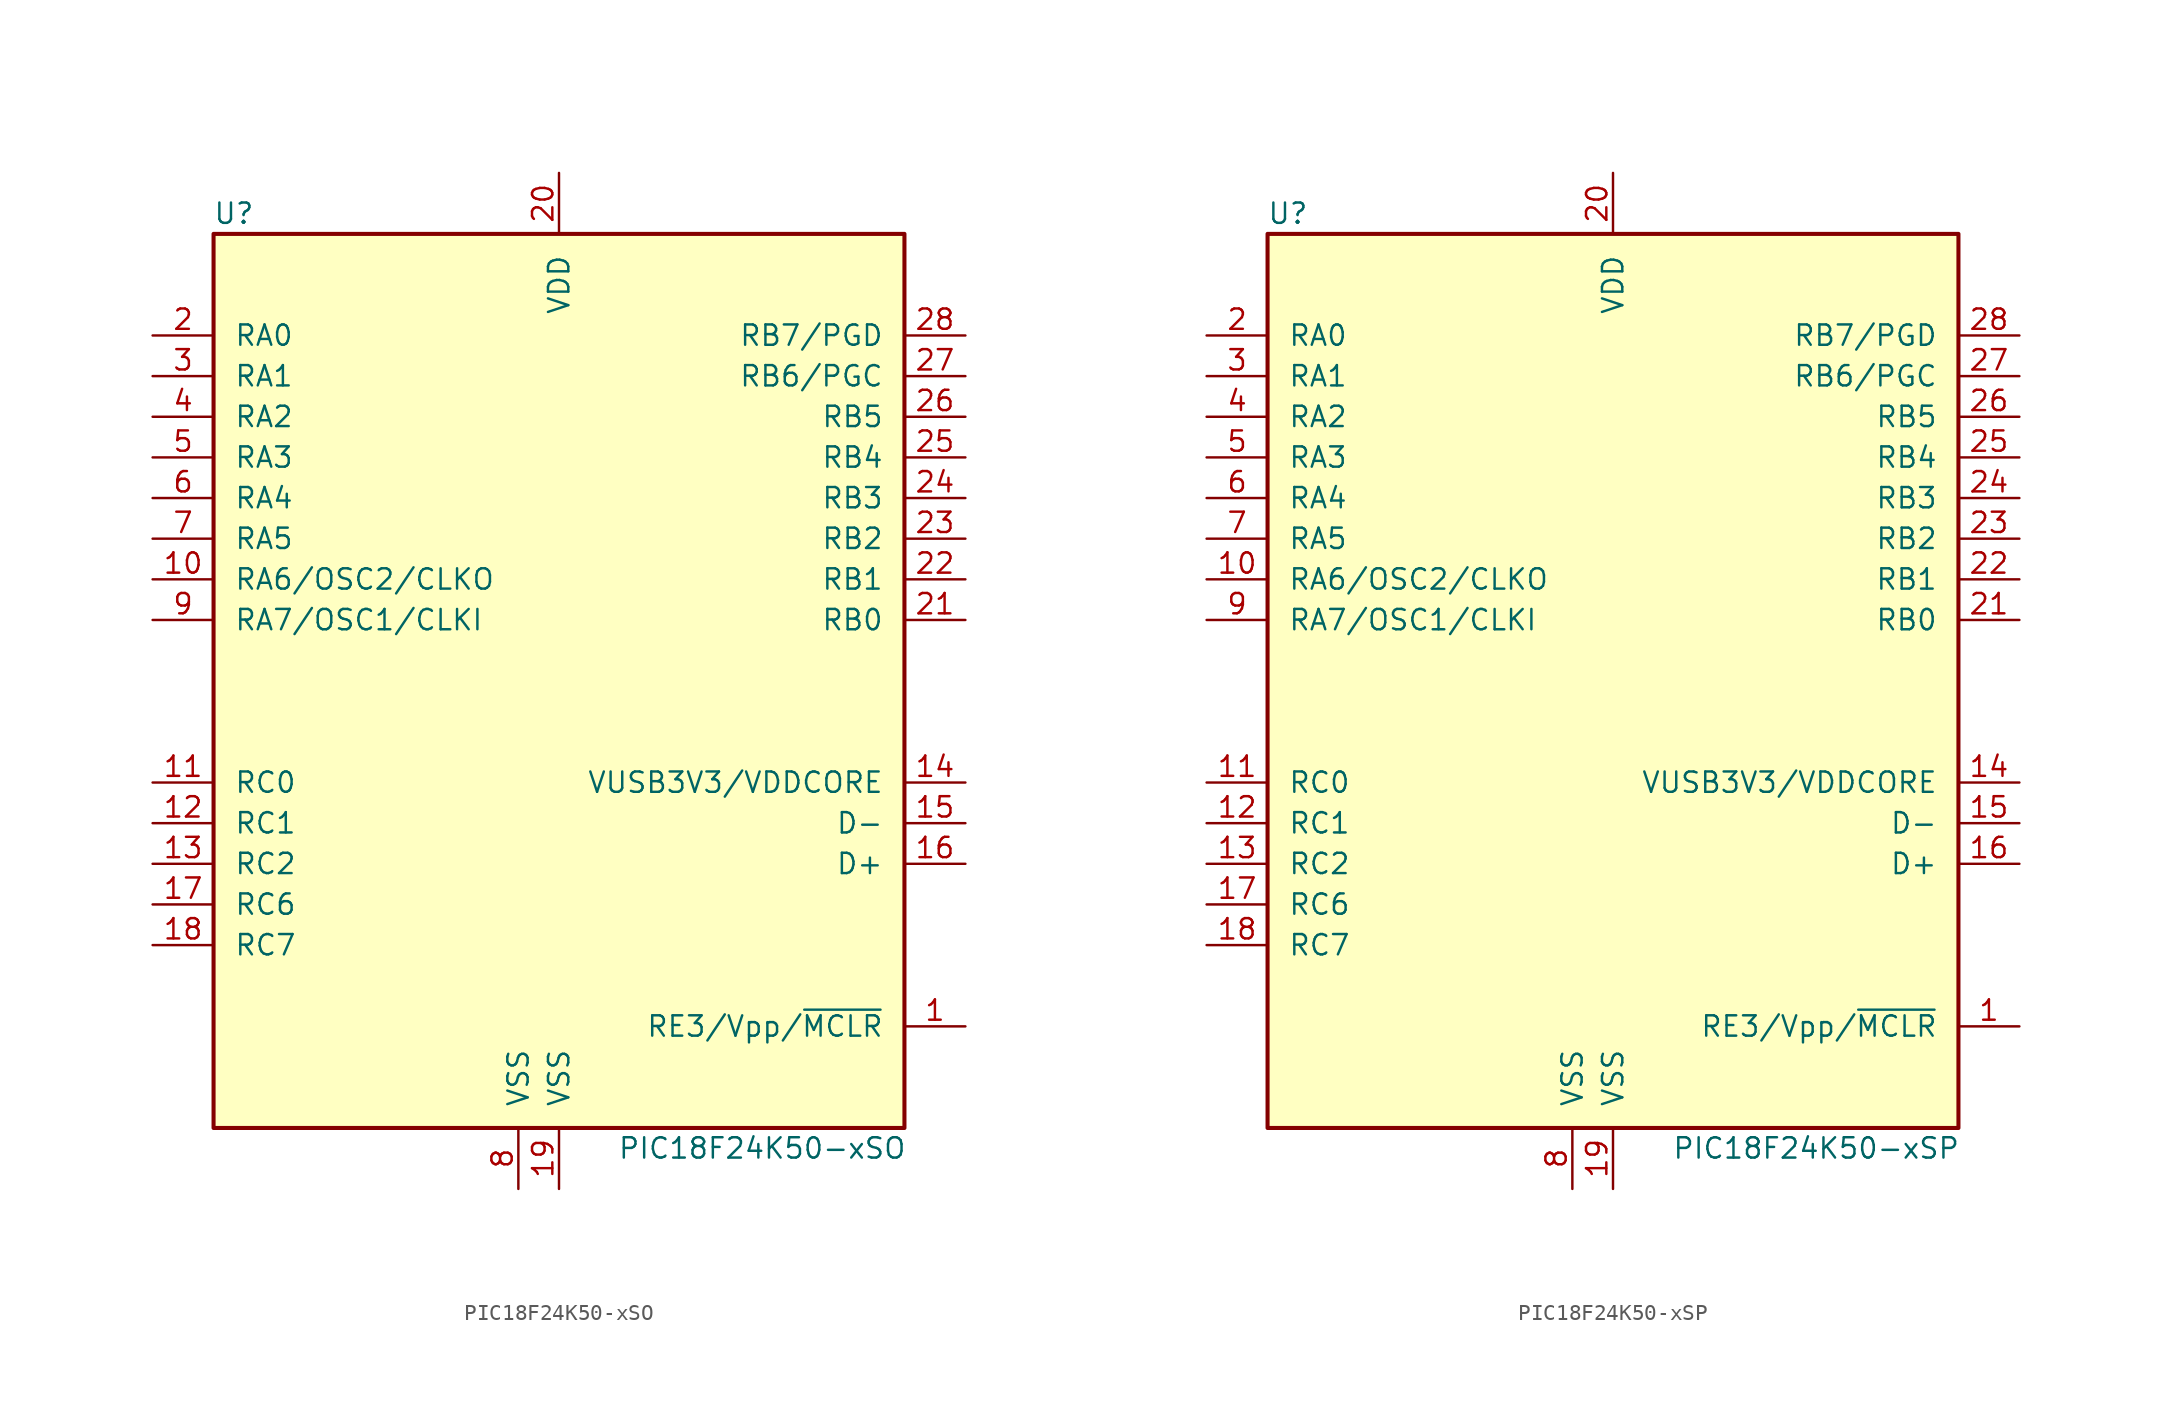
<source format=kicad_sym>
(kicad_symbol_lib
  (version 20220914)
  (generator kicad_symbol_editor)
  (symbol "PIC18F24K50-xSO"
    (pin_names
      (offset 1.27))
    (property "Reference" "U"
      (at -20.32 30.48 0)
      (effects (font (size 1.27 1.27))))
    (property "Value" "PIC18F24K50-xSO"
      (at 12.7 -27.94 0)
      (effects (font (size 1.27 1.27))))
    (symbol "PIC18F24K50-xSO_0_1"
      (rectangle (start -21.59 29.21) (end 21.59 -26.67) (stroke (width 0.254) (type default)) (fill (type background))))
    (symbol "PIC18F24K50-xSO_1_1"
      (pin input line (at 25.4 -20.32 180) (length 3.81) (name "RE3/Vpp/~{MCLR}" (effects (font (size 1.27 1.27)))) (number "1" (effects (font (size 1.27 1.27)))))
      (pin output line (at -25.4 7.62 0) (length 3.81) (name "RA6/OSC2/CLKO" (effects (font (size 1.27 1.27)))) (number "10" (effects (font (size 1.27 1.27)))))
      (pin bidirectional line (at -25.4 -5.08 0) (length 3.81) (name "RC0" (effects (font (size 1.27 1.27)))) (number "11" (effects (font (size 1.27 1.27)))))
      (pin bidirectional line (at -25.4 -7.62 0) (length 3.81) (name "RC1" (effects (font (size 1.27 1.27)))) (number "12" (effects (font (size 1.27 1.27)))))
      (pin bidirectional line (at -25.4 -10.16 0) (length 3.81) (name "RC2" (effects (font (size 1.27 1.27)))) (number "13" (effects (font (size 1.27 1.27)))))
      (pin bidirectional line (at 25.4 -5.08 180) (length 3.81) (name "VUSB3V3/VDDCORE" (effects (font (size 1.27 1.27)))) (number "14" (effects (font (size 1.27 1.27)))))
      (pin bidirectional line (at 25.4 -7.62 180) (length 3.81) (name "D-" (effects (font (size 1.27 1.27)))) (number "15" (effects (font (size 1.27 1.27)))))
      (pin bidirectional line (at 25.4 -10.16 180) (length 3.81) (name "D+" (effects (font (size 1.27 1.27)))) (number "16" (effects (font (size 1.27 1.27)))))
      (pin bidirectional line (at -25.4 -12.7 0) (length 3.81) (name "RC6" (effects (font (size 1.27 1.27)))) (number "17" (effects (font (size 1.27 1.27)))))
      (pin bidirectional line (at -25.4 -15.24 0) (length 3.81) (name "RC7" (effects (font (size 1.27 1.27)))) (number "18" (effects (font (size 1.27 1.27)))))
      (pin power_in line (at 0 -30.48 90) (length 3.81) (name "VSS" (effects (font (size 1.27 1.27)))) (number "19" (effects (font (size 1.27 1.27)))))
      (pin bidirectional line (at -25.4 22.86 0) (length 3.81) (name "RA0" (effects (font (size 1.27 1.27)))) (number "2" (effects (font (size 1.27 1.27)))))
      (pin power_in line (at 0 33.02 270) (length 3.81) (name "VDD" (effects (font (size 1.27 1.27)))) (number "20" (effects (font (size 1.27 1.27)))))
      (pin bidirectional line (at 25.4 5.08 180) (length 3.81) (name "RB0" (effects (font (size 1.27 1.27)))) (number "21" (effects (font (size 1.27 1.27)))))
      (pin bidirectional line (at 25.4 7.62 180) (length 3.81) (name "RB1" (effects (font (size 1.27 1.27)))) (number "22" (effects (font (size 1.27 1.27)))))
      (pin bidirectional line (at 25.4 10.16 180) (length 3.81) (name "RB2" (effects (font (size 1.27 1.27)))) (number "23" (effects (font (size 1.27 1.27)))))
      (pin bidirectional line (at 25.4 12.7 180) (length 3.81) (name "RB3" (effects (font (size 1.27 1.27)))) (number "24" (effects (font (size 1.27 1.27)))))
      (pin bidirectional line (at 25.4 15.24 180) (length 3.81) (name "RB4" (effects (font (size 1.27 1.27)))) (number "25" (effects (font (size 1.27 1.27)))))
      (pin bidirectional line (at 25.4 17.78 180) (length 3.81) (name "RB5" (effects (font (size 1.27 1.27)))) (number "26" (effects (font (size 1.27 1.27)))))
      (pin bidirectional line (at 25.4 20.32 180) (length 3.81) (name "RB6/PGC" (effects (font (size 1.27 1.27)))) (number "27" (effects (font (size 1.27 1.27)))))
      (pin bidirectional line (at 25.4 22.86 180) (length 3.81) (name "RB7/PGD" (effects (font (size 1.27 1.27)))) (number "28" (effects (font (size 1.27 1.27)))))
      (pin bidirectional line (at -25.4 20.32 0) (length 3.81) (name "RA1" (effects (font (size 1.27 1.27)))) (number "3" (effects (font (size 1.27 1.27)))))
      (pin bidirectional line (at -25.4 17.78 0) (length 3.81) (name "RA2" (effects (font (size 1.27 1.27)))) (number "4" (effects (font (size 1.27 1.27)))))
      (pin bidirectional line (at -25.4 15.24 0) (length 3.81) (name "RA3" (effects (font (size 1.27 1.27)))) (number "5" (effects (font (size 1.27 1.27)))))
      (pin bidirectional line (at -25.4 12.7 0) (length 3.81) (name "RA4" (effects (font (size 1.27 1.27)))) (number "6" (effects (font (size 1.27 1.27)))))
      (pin bidirectional line (at -25.4 10.16 0) (length 3.81) (name "RA5" (effects (font (size 1.27 1.27)))) (number "7" (effects (font (size 1.27 1.27)))))
      (pin power_in line (at -2.54 -30.48 90) (length 3.81) (name "VSS" (effects (font (size 1.27 1.27)))) (number "8" (effects (font (size 1.27 1.27)))))
      (pin input line (at -25.4 5.08 0) (length 3.81) (name "RA7/OSC1/CLKI" (effects (font (size 1.27 1.27)))) (number "9" (effects (font (size 1.27 1.27)))))))
  (symbol "PIC18F24K50-xSP"
    (pin_names
      (offset 1.27))
    (property "Reference" "U"
      (at -20.32 30.48 0)
      (effects (font (size 1.27 1.27))))
    (property "Value" "PIC18F24K50-xSP"
      (at 12.7 -27.94 0)
      (effects (font (size 1.27 1.27))))
    (symbol "PIC18F24K50-xSP_0_1"
      (rectangle (start -21.59 29.21) (end 21.59 -26.67) (stroke (width 0.254) (type default)) (fill (type background))))
    (symbol "PIC18F24K50-xSP_1_1"
      (pin input line (at 25.4 -20.32 180) (length 3.81) (name "RE3/Vpp/~{MCLR}" (effects (font (size 1.27 1.27)))) (number "1" (effects (font (size 1.27 1.27)))))
      (pin output line (at -25.4 7.62 0) (length 3.81) (name "RA6/OSC2/CLKO" (effects (font (size 1.27 1.27)))) (number "10" (effects (font (size 1.27 1.27)))))
      (pin bidirectional line (at -25.4 -5.08 0) (length 3.81) (name "RC0" (effects (font (size 1.27 1.27)))) (number "11" (effects (font (size 1.27 1.27)))))
      (pin bidirectional line (at -25.4 -7.62 0) (length 3.81) (name "RC1" (effects (font (size 1.27 1.27)))) (number "12" (effects (font (size 1.27 1.27)))))
      (pin bidirectional line (at -25.4 -10.16 0) (length 3.81) (name "RC2" (effects (font (size 1.27 1.27)))) (number "13" (effects (font (size 1.27 1.27)))))
      (pin bidirectional line (at 25.4 -5.08 180) (length 3.81) (name "VUSB3V3/VDDCORE" (effects (font (size 1.27 1.27)))) (number "14" (effects (font (size 1.27 1.27)))))
      (pin bidirectional line (at 25.4 -7.62 180) (length 3.81) (name "D-" (effects (font (size 1.27 1.27)))) (number "15" (effects (font (size 1.27 1.27)))))
      (pin bidirectional line (at 25.4 -10.16 180) (length 3.81) (name "D+" (effects (font (size 1.27 1.27)))) (number "16" (effects (font (size 1.27 1.27)))))
      (pin bidirectional line (at -25.4 -12.7 0) (length 3.81) (name "RC6" (effects (font (size 1.27 1.27)))) (number "17" (effects (font (size 1.27 1.27)))))
      (pin bidirectional line (at -25.4 -15.24 0) (length 3.81) (name "RC7" (effects (font (size 1.27 1.27)))) (number "18" (effects (font (size 1.27 1.27)))))
      (pin power_in line (at 0 -30.48 90) (length 3.81) (name "VSS" (effects (font (size 1.27 1.27)))) (number "19" (effects (font (size 1.27 1.27)))))
      (pin bidirectional line (at -25.4 22.86 0) (length 3.81) (name "RA0" (effects (font (size 1.27 1.27)))) (number "2" (effects (font (size 1.27 1.27)))))
      (pin power_in line (at 0 33.02 270) (length 3.81) (name "VDD" (effects (font (size 1.27 1.27)))) (number "20" (effects (font (size 1.27 1.27)))))
      (pin bidirectional line (at 25.4 5.08 180) (length 3.81) (name "RB0" (effects (font (size 1.27 1.27)))) (number "21" (effects (font (size 1.27 1.27)))))
      (pin bidirectional line (at 25.4 7.62 180) (length 3.81) (name "RB1" (effects (font (size 1.27 1.27)))) (number "22" (effects (font (size 1.27 1.27)))))
      (pin bidirectional line (at 25.4 10.16 180) (length 3.81) (name "RB2" (effects (font (size 1.27 1.27)))) (number "23" (effects (font (size 1.27 1.27)))))
      (pin bidirectional line (at 25.4 12.7 180) (length 3.81) (name "RB3" (effects (font (size 1.27 1.27)))) (number "24" (effects (font (size 1.27 1.27)))))
      (pin bidirectional line (at 25.4 15.24 180) (length 3.81) (name "RB4" (effects (font (size 1.27 1.27)))) (number "25" (effects (font (size 1.27 1.27)))))
      (pin bidirectional line (at 25.4 17.78 180) (length 3.81) (name "RB5" (effects (font (size 1.27 1.27)))) (number "26" (effects (font (size 1.27 1.27)))))
      (pin bidirectional line (at 25.4 20.32 180) (length 3.81) (name "RB6/PGC" (effects (font (size 1.27 1.27)))) (number "27" (effects (font (size 1.27 1.27)))))
      (pin bidirectional line (at 25.4 22.86 180) (length 3.81) (name "RB7/PGD" (effects (font (size 1.27 1.27)))) (number "28" (effects (font (size 1.27 1.27)))))
      (pin bidirectional line (at -25.4 20.32 0) (length 3.81) (name "RA1" (effects (font (size 1.27 1.27)))) (number "3" (effects (font (size 1.27 1.27)))))
      (pin bidirectional line (at -25.4 17.78 0) (length 3.81) (name "RA2" (effects (font (size 1.27 1.27)))) (number "4" (effects (font (size 1.27 1.27)))))
      (pin bidirectional line (at -25.4 15.24 0) (length 3.81) (name "RA3" (effects (font (size 1.27 1.27)))) (number "5" (effects (font (size 1.27 1.27)))))
      (pin bidirectional line (at -25.4 12.7 0) (length 3.81) (name "RA4" (effects (font (size 1.27 1.27)))) (number "6" (effects (font (size 1.27 1.27)))))
      (pin bidirectional line (at -25.4 10.16 0) (length 3.81) (name "RA5" (effects (font (size 1.27 1.27)))) (number "7" (effects (font (size 1.27 1.27)))))
      (pin power_in line (at -2.54 -30.48 90) (length 3.81) (name "VSS" (effects (font (size 1.27 1.27)))) (number "8" (effects (font (size 1.27 1.27)))))
      (pin input line (at -25.4 5.08 0) (length 3.81) (name "RA7/OSC1/CLKI" (effects (font (size 1.27 1.27)))) (number "9" (effects (font (size 1.27 1.27))))))))
</source>
